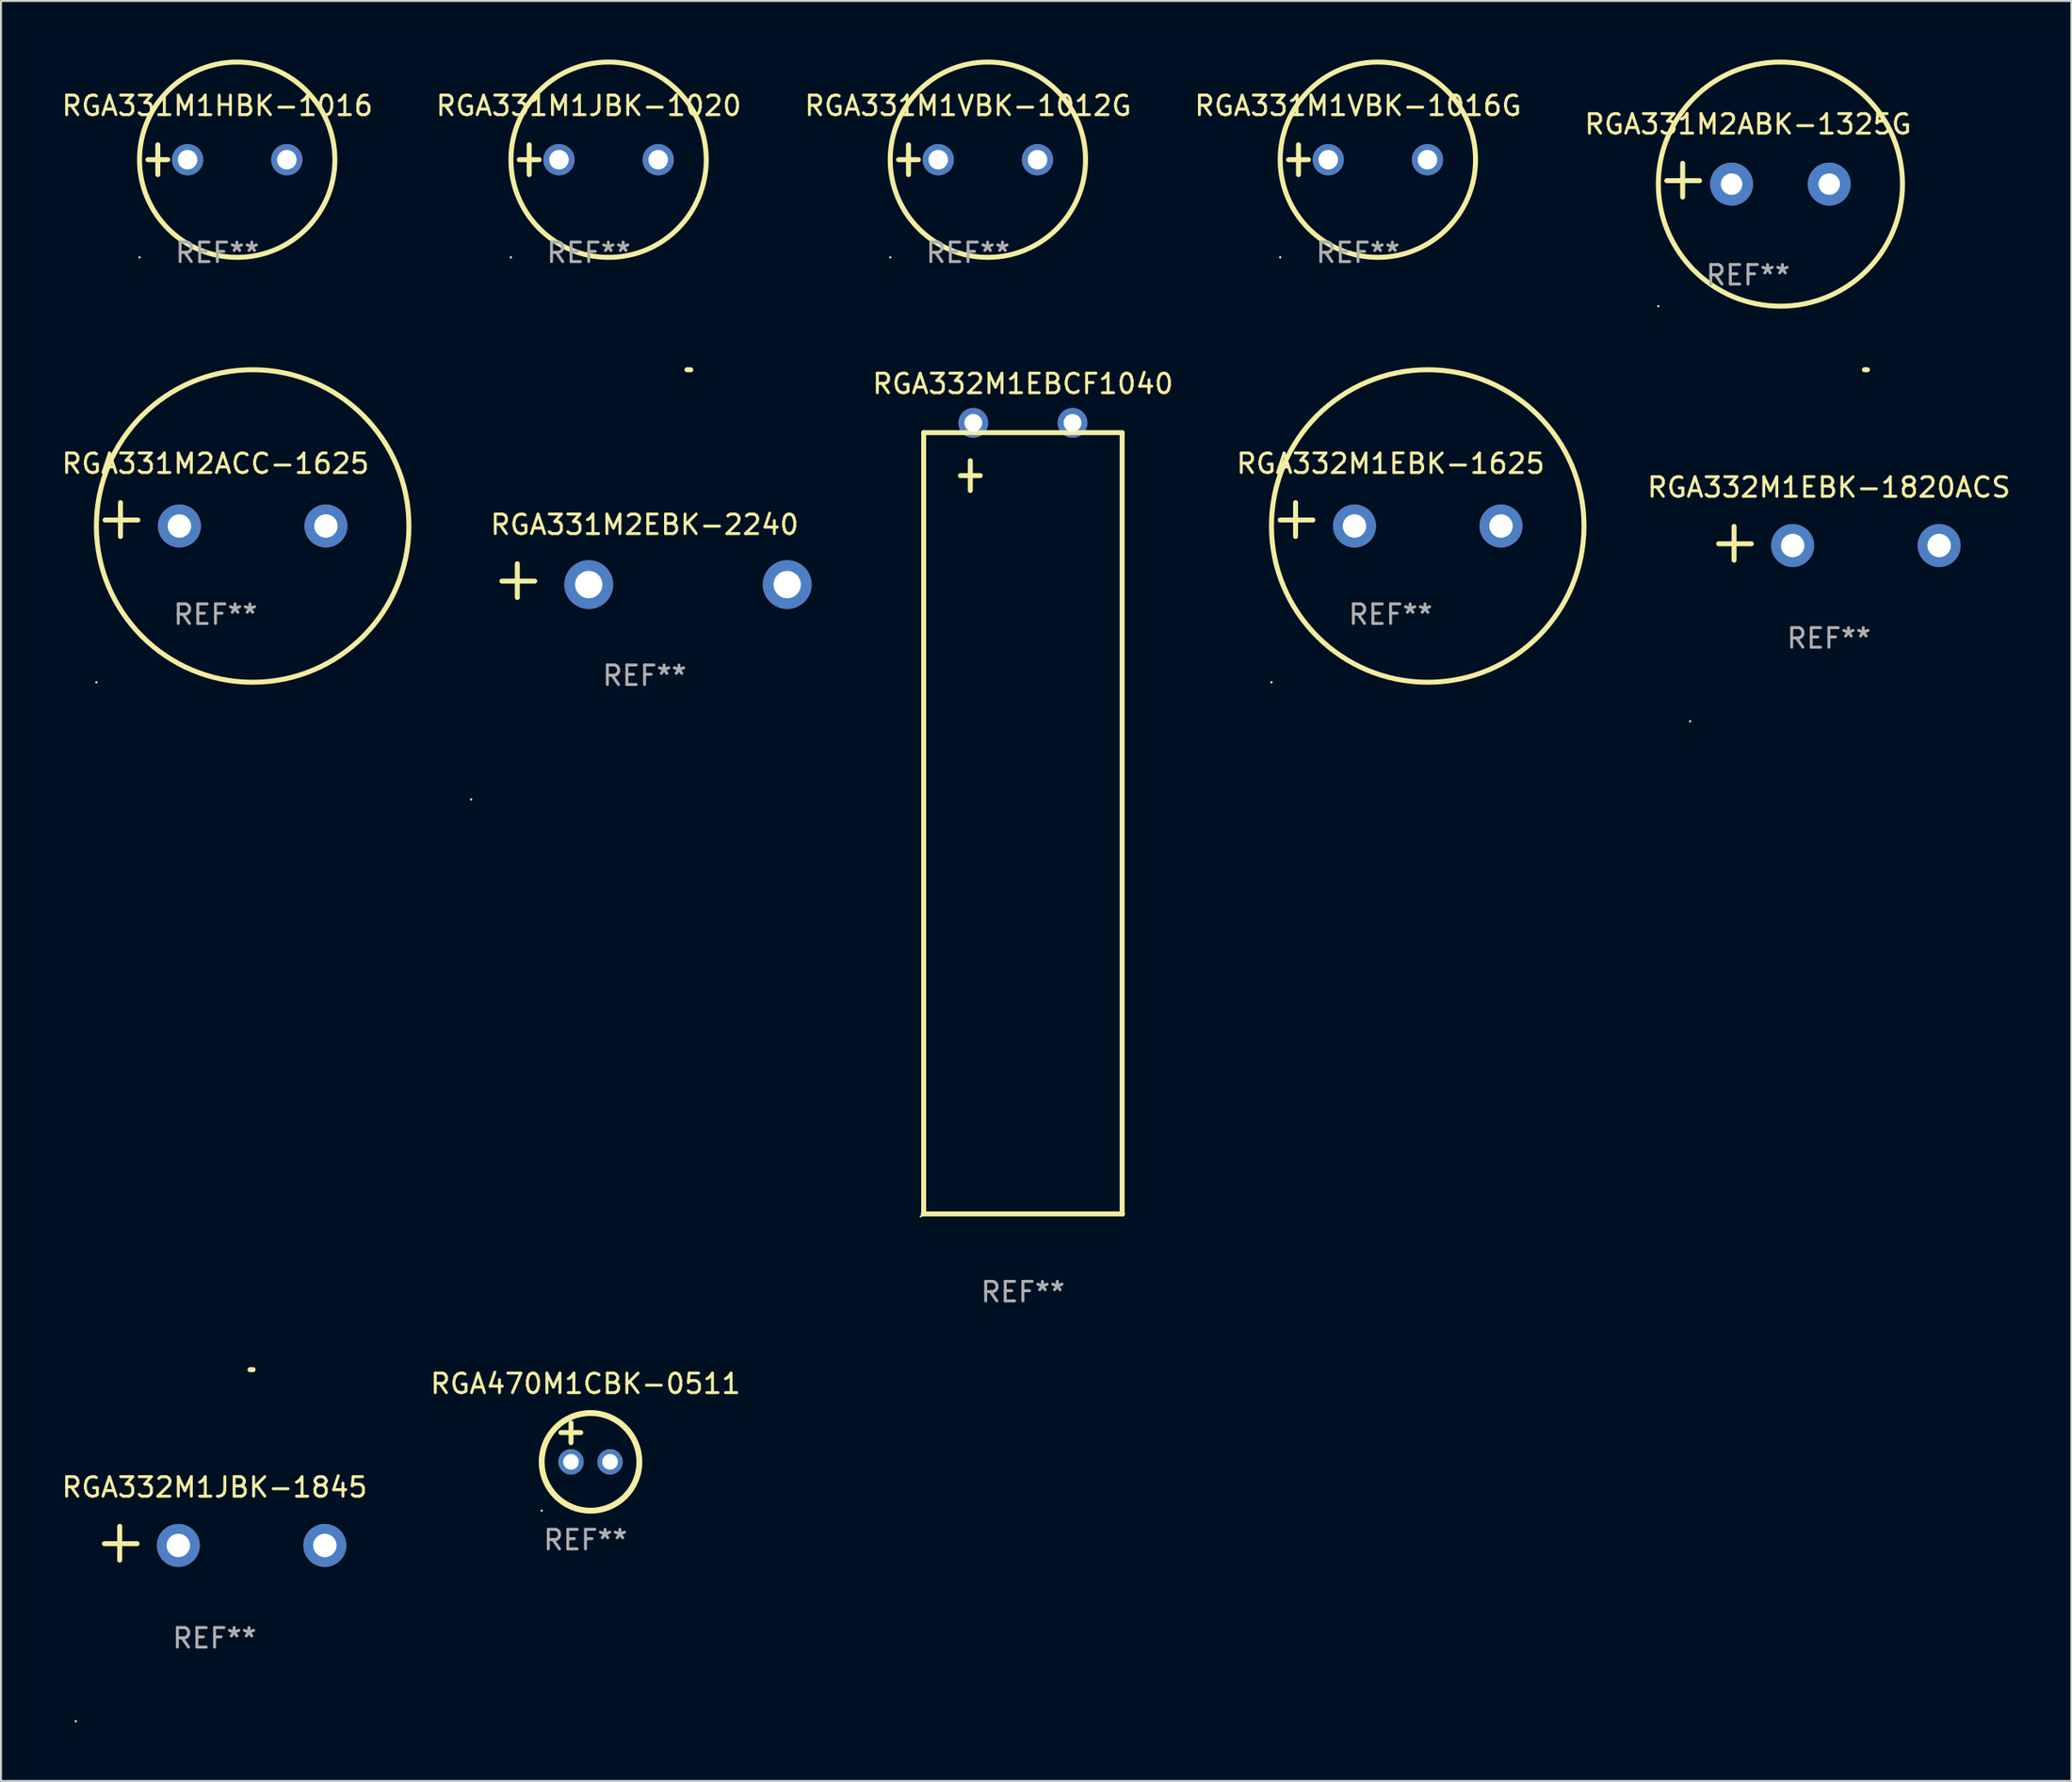
<source format=kicad_pcb>
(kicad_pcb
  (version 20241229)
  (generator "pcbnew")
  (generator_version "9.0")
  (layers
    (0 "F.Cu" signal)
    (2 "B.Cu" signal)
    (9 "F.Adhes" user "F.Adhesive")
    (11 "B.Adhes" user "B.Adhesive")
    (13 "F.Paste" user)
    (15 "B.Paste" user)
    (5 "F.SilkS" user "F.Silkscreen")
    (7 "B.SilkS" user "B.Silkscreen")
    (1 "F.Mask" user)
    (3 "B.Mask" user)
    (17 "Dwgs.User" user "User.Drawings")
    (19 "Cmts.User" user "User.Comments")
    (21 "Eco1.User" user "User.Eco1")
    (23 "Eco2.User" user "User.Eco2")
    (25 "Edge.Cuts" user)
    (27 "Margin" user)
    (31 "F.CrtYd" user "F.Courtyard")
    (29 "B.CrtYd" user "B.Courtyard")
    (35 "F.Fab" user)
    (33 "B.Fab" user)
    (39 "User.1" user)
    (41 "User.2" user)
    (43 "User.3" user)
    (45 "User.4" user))
  (footprint "RGA331M2ABK-1325G"
    (layer "F.Cu")
    (at 86.435 6.174)
    (property "Reference" "RGA331M2ABK-1325G" (at 0 -2.864 0) (layer "F.SilkS") (effects (font (size 1 1) (thickness 0.15))))
    (attr through_hole)
    (fp_line (start -3.346 0.864) (end -3.346 -0.864) (stroke (width 0.254) (type solid)) (layer "F.SilkS"))
    (fp_line (start -2.482 0.025) (end -4.158 0.025) (stroke (width 0.254) (type solid)) (layer "F.SilkS"))
    (fp_circle (center -4.592 6.453) (end -4.562 6.453) (stroke (width 0.06) (type solid)) (fill no) (layer "F.SilkS"))
    (fp_circle (center 1.658 0.203) (end 7.908 0.203) (stroke (width 0.254) (type solid)) (fill no) (layer "F.SilkS"))
    (fp_text user "REF**" (at 0 4.864 0) (layer "F.Fab") (effects (font (size 1 1) (thickness 0.15))))
    (pad "1" thru_hole circle (at -0.842 0.203) (size 2.2 2.2) (drill 1.1) (layers "*.Cu" "*.Mask"))
    (pad "2" thru_hole circle (at 4.158 0.203) (size 2.2 2.2) (drill 1.1) (layers "*.Cu" "*.Mask")))
  (footprint "RGA332M1EBK-1820ACS"
    (layer "F.Cu")
    (at 90.576 24.767)
    (property "Reference" "RGA332M1EBK-1820ACS" (at 0 -2.864 0) (layer "F.SilkS") (effects (font (size 1 1) (thickness 0.15))))
    (attr through_hole)
    (fp_line (start -4.856 0.864) (end -4.856 -0.864) (stroke (width 0.254) (type solid)) (layer "F.SilkS"))
    (fp_line (start -3.967 0.025) (end -5.644 0.025) (stroke (width 0.254) (type solid)) (layer "F.SilkS"))
    (fp_arc (start 1.815024 -8.885649) (mid 1.893764 -8.88599) (end 1.972504 -8.885649) (stroke (width 0.254001) (type solid)) (layer "F.SilkS"))
    (fp_circle (center -7.106 9.114) (end -7.076 9.114) (stroke (width 0.06) (type solid)) (fill no) (layer "F.SilkS"))
    (fp_text user "REF**" (at 0 4.864 0) (layer "F.Fab") (effects (font (size 1 1) (thickness 0.15))))
    (pad "1" thru_hole circle (at -1.856 0.114) (size 2.2 2.2) (drill 1.2) (layers "*.Cu" "*.Mask"))
    (pad "2" thru_hole circle (at 5.644 0.114) (size 2.2 2.2) (drill 1.2) (layers "*.Cu" "*.Mask")))
  (footprint "RGA332M1JBK-1845"
    (layer "F.Cu")
    (at 7.935 75.963)
    (property "Reference" "RGA332M1JBK-1845" (at 0 -2.864 0) (layer "F.SilkS") (effects (font (size 1 1) (thickness 0.15))))
    (attr through_hole)
    (fp_line (start -4.856 0.864) (end -4.856 -0.864) (stroke (width 0.254) (type solid)) (layer "F.SilkS"))
    (fp_line (start -3.967 0.025) (end -5.644 0.025) (stroke (width 0.254) (type solid)) (layer "F.SilkS"))
    (fp_arc (start 1.815024 -8.885649) (mid 1.893764 -8.88599) (end 1.972504 -8.885649) (stroke (width 0.254001) (type solid)) (layer "F.SilkS"))
    (fp_circle (center -7.106 9.114) (end -7.076 9.114) (stroke (width 0.06) (type solid)) (fill no) (layer "F.SilkS"))
    (fp_text user "REF**" (at 0 4.864 0) (layer "F.Fab") (effects (font (size 1 1) (thickness 0.15))))
    (pad "1" thru_hole circle (at -1.856 0.114) (size 2.2 2.2) (drill 1.2) (layers "*.Cu" "*.Mask"))
    (pad "2" thru_hole circle (at 5.644 0.114) (size 2.2 2.2) (drill 1.2) (layers "*.Cu" "*.Mask")))
  (footprint "RGA332M1EBCF1040"
    (layer "F.Cu")
    (at 49.315 38.852)
    (property "Reference" "RGA332M1EBCF1040" (at 0 -22.25 0) (layer "F.SilkS") (effects (font (size 1 1) (thickness 0.15))))
    (attr through_hole)
    (fp_line (start -5.1 20.25) (end 5.1 20.25) (stroke (width 0.254) (type solid)) (layer "F.SilkS"))
    (fp_line (start -5.08 -19.75) (end -5.08 20.25) (stroke (width 0.254) (type solid)) (layer "F.SilkS"))
    (fp_line (start -5.08 -19.75) (end 5.08 -19.75) (stroke (width 0.254) (type solid)) (layer "F.SilkS"))
    (fp_line (start -3.2 -17.55) (end -2.184 -17.55) (stroke (width 0.254) (type solid)) (layer "F.SilkS"))
    (fp_line (start -2.692 -18.312) (end -2.692 -16.788) (stroke (width 0.254) (type solid)) (layer "F.SilkS"))
    (fp_line (start 5.08 -19.75) (end 5.08 20.25) (stroke (width 0.254) (type solid)) (layer "F.SilkS"))
    (fp_circle (center -5.227 20.377) (end -5.197 20.377) (stroke (width 0.06) (type solid)) (fill no) (layer "F.SilkS"))
    (fp_text user "REF**" (at 0 24.25 0) (layer "F.Fab") (effects (font (size 1 1) (thickness 0.15))))
    (pad "1" thru_hole circle (at -2.54 -20.25) (size 1.524 1.524) (drill 0.914) (layers "*.Cu" "*.Mask"))
    (pad "2" thru_hole circle (at 2.54 -20.25) (size 1.524 1.524) (drill 0.914) (layers "*.Cu" "*.Mask")))
  (footprint "RGA331M1HBK-1016"
    (layer "F.Cu")
    (at 8.077 5.127)
    (property "Reference" "RGA331M1HBK-1016" (at 0 -2.762 0) (layer "F.SilkS") (effects (font (size 1 1) (thickness 0.15))))
    (attr through_hole)
    (fp_line (start -3.556 0) (end -2.54 0) (stroke (width 0.254) (type solid)) (layer "F.SilkS"))
    (fp_line (start -3.048 -0.762) (end -3.048 0.762) (stroke (width 0.254) (type solid)) (layer "F.SilkS"))
    (fp_circle (center -3.984 5) (end -3.954 5) (stroke (width 0.06) (type solid)) (fill no) (layer "F.SilkS"))
    (fp_circle (center 1.016 0) (end 6.016 0) (stroke (width 0.254) (type solid)) (fill no) (layer "F.SilkS"))
    (fp_text user "REF**" (at 0 4.762 0) (layer "F.Fab") (effects (font (size 1 1) (thickness 0.15))))
    (pad "1" thru_hole circle (at -1.524 0) (size 1.6 1.6) (drill 1) (layers "*.Cu" "*.Mask"))
    (pad "2" thru_hole circle (at 3.556 0) (size 1.6 1.6) (drill 1) (layers "*.Cu" "*.Mask")))
  (footprint "RGA332M1EBK-1625"
    (layer "F.Cu")
    (at 68.137 23.551)
    (property "Reference" "RGA332M1EBK-1625" (at 0 -2.864 0) (layer "F.SilkS") (effects (font (size 1 1) (thickness 0.15))))
    (attr through_hole)
    (fp_line (start -4.864 0.864) (end -4.864 -0.864) (stroke (width 0.254) (type solid)) (layer "F.SilkS"))
    (fp_line (start -3.975 0.025) (end -5.652 0.025) (stroke (width 0.254) (type solid)) (layer "F.SilkS"))
    (fp_circle (center -6.098 8.33) (end -6.068 8.33) (stroke (width 0.06) (type solid)) (fill no) (layer "F.SilkS"))
    (fp_circle (center 1.902 0.33) (end 9.902 0.33) (stroke (width 0.254) (type solid)) (fill no) (layer "F.SilkS"))
    (fp_text user "REF**" (at 0 4.864 0) (layer "F.Fab") (effects (font (size 1 1) (thickness 0.15))))
    (pad "1" thru_hole circle (at -1.848 0.33) (size 2.2 2.2) (drill 1.2) (layers "*.Cu" "*.Mask"))
    (pad "2" thru_hole circle (at 5.652 0.33) (size 2.2 2.2) (drill 1.2) (layers "*.Cu" "*.Mask")))
  (footprint "RGA331M2ACC-1625"
    (layer "F.Cu")
    (at 7.982 23.551)
    (property "Reference" "RGA331M2ACC-1625" (at 0 -2.864 0) (layer "F.SilkS") (effects (font (size 1 1) (thickness 0.15))))
    (attr through_hole)
    (fp_line (start -4.864 0.864) (end -4.864 -0.864) (stroke (width 0.254) (type solid)) (layer "F.SilkS"))
    (fp_line (start -3.975 0.025) (end -5.652 0.025) (stroke (width 0.254) (type solid)) (layer "F.SilkS"))
    (fp_circle (center -6.098 8.33) (end -6.068 8.33) (stroke (width 0.06) (type solid)) (fill no) (layer "F.SilkS"))
    (fp_circle (center 1.902 0.33) (end 9.902 0.33) (stroke (width 0.254) (type solid)) (fill no) (layer "F.SilkS"))
    (fp_text user "REF**" (at 0 4.864 0) (layer "F.Fab") (effects (font (size 1 1) (thickness 0.15))))
    (pad "1" thru_hole circle (at -1.848 0.33) (size 2.2 2.2) (drill 1.2) (layers "*.Cu" "*.Mask"))
    (pad "2" thru_hole circle (at 5.652 0.33) (size 2.2 2.2) (drill 1.2) (layers "*.Cu" "*.Mask")))
  (footprint "RGA331M1JBK-1020"
    (layer "F.Cu")
    (at 27.089 5.127)
    (property "Reference" "RGA331M1JBK-1020" (at 0 -2.762 0) (layer "F.SilkS") (effects (font (size 1 1) (thickness 0.15))))
    (attr through_hole)
    (fp_line (start -3.556 0) (end -2.54 0) (stroke (width 0.254) (type solid)) (layer "F.SilkS"))
    (fp_line (start -3.048 -0.762) (end -3.048 0.762) (stroke (width 0.254) (type solid)) (layer "F.SilkS"))
    (fp_circle (center -3.984 5) (end -3.954 5) (stroke (width 0.06) (type solid)) (fill no) (layer "F.SilkS"))
    (fp_circle (center 1.016 0) (end 6.016 0) (stroke (width 0.254) (type solid)) (fill no) (layer "F.SilkS"))
    (fp_text user "REF**" (at 0 4.762 0) (layer "F.Fab") (effects (font (size 1 1) (thickness 0.15))))
    (pad "1" thru_hole circle (at -1.524 0) (size 1.6 1.6) (drill 1) (layers "*.Cu" "*.Mask"))
    (pad "2" thru_hole circle (at 3.556 0) (size 1.6 1.6) (drill 1) (layers "*.Cu" "*.Mask")))
  (footprint "RGA331M1VBK-1012G"
    (layer "F.Cu")
    (at 46.506 5.127)
    (property "Reference" "RGA331M1VBK-1012G" (at 0 -2.762 0) (layer "F.SilkS") (effects (font (size 1 1) (thickness 0.15))))
    (attr through_hole)
    (fp_line (start -3.556 0) (end -2.54 0) (stroke (width 0.254) (type solid)) (layer "F.SilkS"))
    (fp_line (start -3.048 -0.762) (end -3.048 0.762) (stroke (width 0.254) (type solid)) (layer "F.SilkS"))
    (fp_circle (center -3.984 5) (end -3.954 5) (stroke (width 0.06) (type solid)) (fill no) (layer "F.SilkS"))
    (fp_circle (center 1.016 0) (end 6.016 0) (stroke (width 0.254) (type solid)) (fill no) (layer "F.SilkS"))
    (fp_text user "REF**" (at 0 4.762 0) (layer "F.Fab") (effects (font (size 1 1) (thickness 0.15))))
    (pad "1" thru_hole circle (at -1.524 0) (size 1.6 1.6) (drill 1) (layers "*.Cu" "*.Mask"))
    (pad "2" thru_hole circle (at 3.556 0) (size 1.6 1.6) (drill 1) (layers "*.Cu" "*.Mask")))
  (footprint "RGA470M1CBK-0511"
    (layer "F.Cu")
    (at 26.923 70.798)
    (property "Reference" "RGA470M1CBK-0511" (at 0 -3 0) (layer "F.SilkS") (effects (font (size 1 1) (thickness 0.15))))
    (attr through_hole)
    (fp_line (start -1.258 -0.5) (end -0.242 -0.5) (stroke (width 0.254) (type solid)) (layer "F.SilkS"))
    (fp_line (start -0.742 -1) (end -0.742 0.016) (stroke (width 0.254) (type solid)) (layer "F.SilkS"))
    (fp_circle (center -2.242 3.5) (end -2.212 3.5) (stroke (width 0.06) (type solid)) (fill no) (layer "F.SilkS"))
    (fp_circle (center 0.258 1) (end 2.758 1) (stroke (width 0.3) (type solid)) (fill no) (layer "F.SilkS"))
    (fp_text user "REF**" (at 0 5 0) (layer "F.Fab") (effects (font (size 1 1) (thickness 0.15))))
    (pad "1" thru_hole circle (at -0.742 1) (size 1.3 1.3) (drill 0.8) (layers "*.Cu" "*.Mask"))
    (pad "2" thru_hole circle (at 1.258 1) (size 1.3 1.3) (drill 0.8) (layers "*.Cu" "*.Mask")))
  (footprint "RGA331M2EBK-2240"
    (layer "F.Cu")
    (at 29.947 26.678)
    (property "Reference" "RGA331M2EBK-2240" (at 0 -2.864 0) (layer "F.SilkS") (effects (font (size 1 1) (thickness 0.15))))
    (attr through_hole)
    (fp_line (start -6.515 0.864) (end -6.515 -0.864) (stroke (width 0.254) (type solid)) (layer "F.SilkS"))
    (fp_line (start -5.626 0.025) (end -7.303 0.025) (stroke (width 0.254) (type solid)) (layer "F.SilkS"))
    (fp_arc (start 2.171704 -10.797562) (mid 2.268229 -10.796706) (end 2.364744 -10.795022) (stroke (width 0.254001) (type solid)) (layer "F.SilkS"))
    (fp_circle (center -8.877 11.202) (end -8.847 11.202) (stroke (width 0.06) (type solid)) (fill no) (layer "F.SilkS"))
    (fp_text user "REF**" (at 0 4.864 0) (layer "F.Fab") (effects (font (size 1 1) (thickness 0.15))))
    (pad "1" thru_hole circle (at -2.858 0.203) (size 2.5 2.5) (drill 1.4) (layers "*.Cu" "*.Mask"))
    (pad "2" thru_hole circle (at 7.303 0.203) (size 2.5 2.5) (drill 1.4) (layers "*.Cu" "*.Mask")))
  (footprint "RGA331M1VBK-1016G"
    (layer "F.Cu")
    (at 66.47 5.127)
    (property "Reference" "RGA331M1VBK-1016G" (at 0 -2.762 0) (layer "F.SilkS") (effects (font (size 1 1) (thickness 0.15))))
    (attr through_hole)
    (fp_line (start -3.556 0) (end -2.54 0) (stroke (width 0.254) (type solid)) (layer "F.SilkS"))
    (fp_line (start -3.048 -0.762) (end -3.048 0.762) (stroke (width 0.254) (type solid)) (layer "F.SilkS"))
    (fp_circle (center -3.984 5) (end -3.954 5) (stroke (width 0.06) (type solid)) (fill no) (layer "F.SilkS"))
    (fp_circle (center 1.016 0) (end 6.016 0) (stroke (width 0.254) (type solid)) (fill no) (layer "F.SilkS"))
    (fp_text user "REF**" (at 0 4.762 0) (layer "F.Fab") (effects (font (size 1 1) (thickness 0.15))))
    (pad "1" thru_hole circle (at -1.524 0) (size 1.6 1.6) (drill 1) (layers "*.Cu" "*.Mask"))
    (pad "2" thru_hole circle (at 3.556 0) (size 1.6 1.6) (drill 1) (layers "*.Cu" "*.Mask")))
  (gr_rect
    (start -3 -3)
    (end 102.987 88.137)
    (stroke (width 0.1) (type default))
    (fill no)
    (layer "Edge.Cuts")))
</source>
